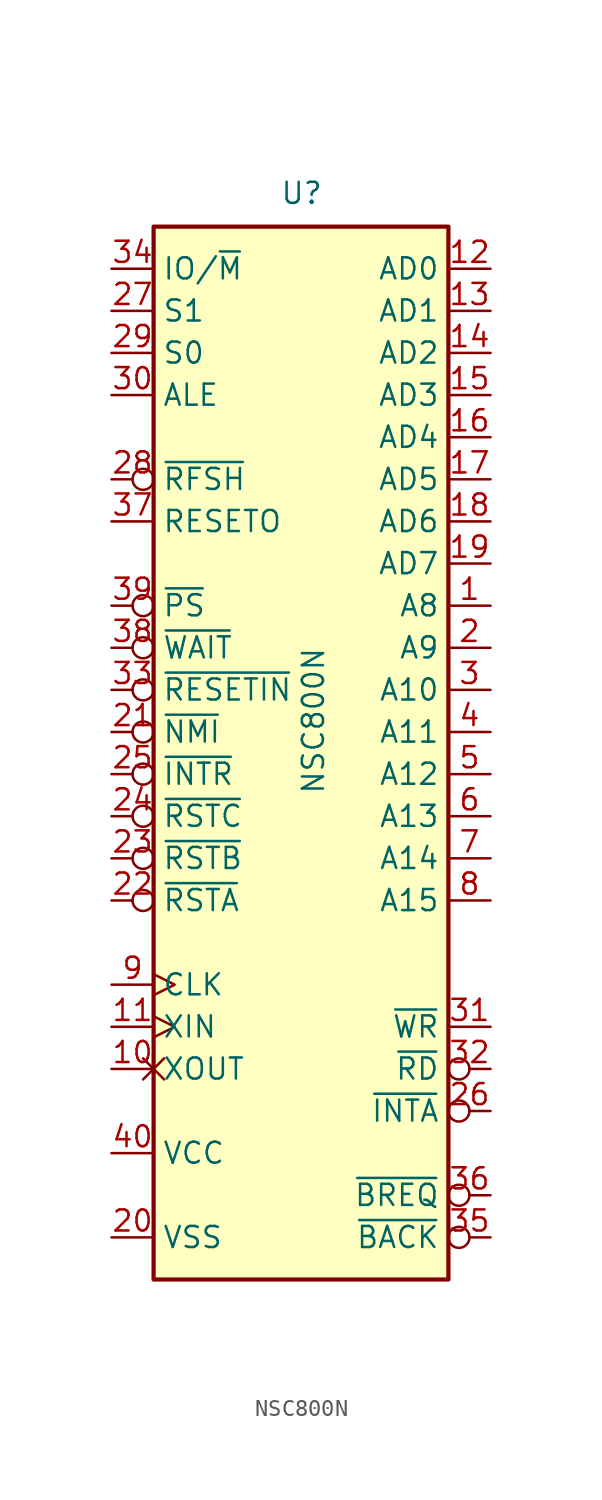
<source format=kicad_sym>
(kicad_symbol_lib
  (version 20231120)
  (generator "kicad_symbol_editor")
  (generator_version "8.0")
  (symbol "NSC800N"
    (property "Reference" "U"
      (at -1.27 31.75 0)
      (effects (font (size 1.27 1.27)) (justify left bottom)))
    (property "Value" "NSC800N"
      (at 0 -3.81 90)
      (effects (font (size 1.27 1.27)) (justify left top)))
    (symbol "NSC800N_0_1"
      (rectangle (start -8.89 -33.02) (end 8.89 30.48) (stroke (width 0.254) (type default)) (fill (type background))))
    (symbol "NSC800N_1_1"
      (pin output line (at 11.43 7.62 180) (length 2.54) (name "A8" (effects (font (size 1.27 1.27)))) (number "1" (effects (font (size 1.27 1.27)))))
      (pin input non_logic (at -11.43 -20.32 0) (length 2.54) (name "XOUT" (effects (font (size 1.27 1.27)))) (number "10" (effects (font (size 1.27 1.27)))))
      (pin input clock (at -11.43 -17.78 0) (length 2.54) (name "XIN" (effects (font (size 1.27 1.27)))) (number "11" (effects (font (size 1.27 1.27)))))
      (pin bidirectional line (at 11.43 27.94 180) (length 2.54) (name "AD0" (effects (font (size 1.27 1.27)))) (number "12" (effects (font (size 1.27 1.27)))))
      (pin bidirectional line (at 11.43 25.4 180) (length 2.54) (name "AD1" (effects (font (size 1.27 1.27)))) (number "13" (effects (font (size 1.27 1.27)))))
      (pin bidirectional line (at 11.43 22.86 180) (length 2.54) (name "AD2" (effects (font (size 1.27 1.27)))) (number "14" (effects (font (size 1.27 1.27)))))
      (pin bidirectional line (at 11.43 20.32 180) (length 2.54) (name "AD3" (effects (font (size 1.27 1.27)))) (number "15" (effects (font (size 1.27 1.27)))))
      (pin bidirectional line (at 11.43 17.78 180) (length 2.54) (name "AD4" (effects (font (size 1.27 1.27)))) (number "16" (effects (font (size 1.27 1.27)))))
      (pin bidirectional line (at 11.43 15.24 180) (length 2.54) (name "AD5" (effects (font (size 1.27 1.27)))) (number "17" (effects (font (size 1.27 1.27)))))
      (pin bidirectional line (at 11.43 12.7 180) (length 2.54) (name "AD6" (effects (font (size 1.27 1.27)))) (number "18" (effects (font (size 1.27 1.27)))))
      (pin bidirectional line (at 11.43 10.16 180) (length 2.54) (name "AD7" (effects (font (size 1.27 1.27)))) (number "19" (effects (font (size 1.27 1.27)))))
      (pin output line (at 11.43 5.08 180) (length 2.54) (name "A9" (effects (font (size 1.27 1.27)))) (number "2" (effects (font (size 1.27 1.27)))))
      (pin power_in line (at -11.43 -30.48 0) (length 2.54) (name "VSS" (effects (font (size 1.27 1.27)))) (number "20" (effects (font (size 1.27 1.27)))))
      (pin input inverted (at -11.43 0 0) (length 2.54) (name "~{NMI}" (effects (font (size 1.27 1.27)))) (number "21" (effects (font (size 1.27 1.27)))))
      (pin input inverted (at -11.43 -10.16 0) (length 2.54) (name "~{RSTA}" (effects (font (size 1.27 1.27)))) (number "22" (effects (font (size 1.27 1.27)))))
      (pin input inverted (at -11.43 -7.62 0) (length 2.54) (name "~{RSTB}" (effects (font (size 1.27 1.27)))) (number "23" (effects (font (size 1.27 1.27)))))
      (pin input inverted (at -11.43 -5.08 0) (length 2.54) (name "~{RSTC}" (effects (font (size 1.27 1.27)))) (number "24" (effects (font (size 1.27 1.27)))))
      (pin input inverted (at -11.43 -2.54 0) (length 2.54) (name "~{INTR}" (effects (font (size 1.27 1.27)))) (number "25" (effects (font (size 1.27 1.27)))))
      (pin output inverted (at 11.43 -22.86 180) (length 2.54) (name "~{INTA}" (effects (font (size 1.27 1.27)))) (number "26" (effects (font (size 1.27 1.27)))))
      (pin output line (at -11.43 25.4 0) (length 2.54) (name "S1" (effects (font (size 1.27 1.27)))) (number "27" (effects (font (size 1.27 1.27)))))
      (pin output inverted (at -11.43 15.24 0) (length 2.54) (name "~{RFSH}" (effects (font (size 1.27 1.27)))) (number "28" (effects (font (size 1.27 1.27)))))
      (pin output line (at -11.43 22.86 0) (length 2.54) (name "S0" (effects (font (size 1.27 1.27)))) (number "29" (effects (font (size 1.27 1.27)))))
      (pin output line (at 11.43 2.54 180) (length 2.54) (name "A10" (effects (font (size 1.27 1.27)))) (number "3" (effects (font (size 1.27 1.27)))))
      (pin output line (at -11.43 20.32 0) (length 2.54) (name "ALE" (effects (font (size 1.27 1.27)))) (number "30" (effects (font (size 1.27 1.27)))))
      (pin output line (at 11.43 -17.78 180) (length 2.54) (name "~{WR}" (effects (font (size 1.27 1.27)))) (number "31" (effects (font (size 1.27 1.27)))))
      (pin output inverted (at 11.43 -20.32 180) (length 2.54) (name "~{RD}" (effects (font (size 1.27 1.27)))) (number "32" (effects (font (size 1.27 1.27)))))
      (pin input inverted (at -11.43 2.54 0) (length 2.54) (name "~{RESETIN}" (effects (font (size 1.27 1.27)))) (number "33" (effects (font (size 1.27 1.27)))))
      (pin output line (at -11.43 27.94 0) (length 2.54) (name "IO/~{M}" (effects (font (size 1.27 1.27)))) (number "34" (effects (font (size 1.27 1.27)))))
      (pin output inverted (at 11.43 -30.48 180) (length 2.54) (name "~{BACK}" (effects (font (size 1.27 1.27)))) (number "35" (effects (font (size 1.27 1.27)))))
      (pin input inverted (at 11.43 -27.94 180) (length 2.54) (name "~{BREQ}" (effects (font (size 1.27 1.27)))) (number "36" (effects (font (size 1.27 1.27)))))
      (pin output line (at -11.43 12.7 0) (length 2.54) (name "RESETO" (effects (font (size 1.27 1.27)))) (number "37" (effects (font (size 1.27 1.27)))))
      (pin input inverted (at -11.43 5.08 0) (length 2.54) (name "~{WAIT}" (effects (font (size 1.27 1.27)))) (number "38" (effects (font (size 1.27 1.27)))))
      (pin input inverted (at -11.43 7.62 0) (length 2.54) (name "~{PS}" (effects (font (size 1.27 1.27)))) (number "39" (effects (font (size 1.27 1.27)))))
      (pin output line (at 11.43 0 180) (length 2.54) (name "A11" (effects (font (size 1.27 1.27)))) (number "4" (effects (font (size 1.27 1.27)))))
      (pin power_in line (at -11.43 -25.4 0) (length 2.54) (name "VCC" (effects (font (size 1.27 1.27)))) (number "40" (effects (font (size 1.27 1.27)))))
      (pin output line (at 11.43 -2.54 180) (length 2.54) (name "A12" (effects (font (size 1.27 1.27)))) (number "5" (effects (font (size 1.27 1.27)))))
      (pin output line (at 11.43 -5.08 180) (length 2.54) (name "A13" (effects (font (size 1.27 1.27)))) (number "6" (effects (font (size 1.27 1.27)))))
      (pin output line (at 11.43 -7.62 180) (length 2.54) (name "A14" (effects (font (size 1.27 1.27)))) (number "7" (effects (font (size 1.27 1.27)))))
      (pin output line (at 11.43 -10.16 180) (length 2.54) (name "A15" (effects (font (size 1.27 1.27)))) (number "8" (effects (font (size 1.27 1.27)))))
      (pin output clock (at -11.43 -15.24 0) (length 2.54) (name "CLK" (effects (font (size 1.27 1.27)))) (number "9" (effects (font (size 1.27 1.27))))))))
</source>
